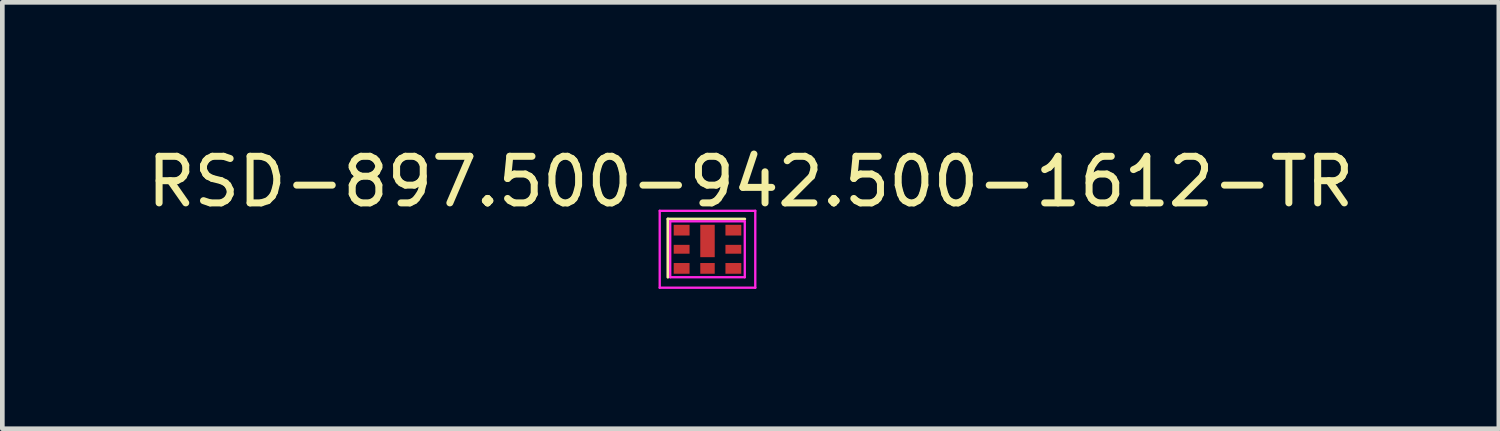
<source format=kicad_pcb>
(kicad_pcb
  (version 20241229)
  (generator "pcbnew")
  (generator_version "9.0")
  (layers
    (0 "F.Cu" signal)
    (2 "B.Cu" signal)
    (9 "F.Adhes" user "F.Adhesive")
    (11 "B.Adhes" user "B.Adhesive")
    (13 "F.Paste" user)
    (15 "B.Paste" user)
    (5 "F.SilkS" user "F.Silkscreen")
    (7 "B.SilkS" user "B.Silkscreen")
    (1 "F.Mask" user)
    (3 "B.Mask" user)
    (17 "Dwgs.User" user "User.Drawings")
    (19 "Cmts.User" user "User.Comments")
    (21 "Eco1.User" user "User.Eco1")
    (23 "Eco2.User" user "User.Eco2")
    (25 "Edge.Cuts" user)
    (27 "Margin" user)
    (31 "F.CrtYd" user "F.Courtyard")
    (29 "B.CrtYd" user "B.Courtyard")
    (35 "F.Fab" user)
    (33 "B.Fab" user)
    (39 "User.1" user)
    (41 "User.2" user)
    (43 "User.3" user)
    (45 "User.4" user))
  (footprint "RSD-897.500-942.500-1612-TR"
    (layer "F.Cu")
    (at 11.329 1.698)
    (property "Reference" "RSD-897.500-942.500-1612-TR" (at 1.725 -0.85 0) (layer "F.SilkS") (effects (font (size 1 1) (thickness 0.15))))
    (attr through_hole)
    (fp_line (start -0.05 -0.05) (end 1.6 -0.05) (stroke (width 0.06) (type solid)) (layer "F.SilkS"))
    (fp_line (start -0.05 1.2) (end -0.05 -0.05) (stroke (width 0.06) (type solid)) (layer "F.SilkS"))
    (fp_line (start -0.225 -0.225) (end 1.825 -0.225) (stroke (width 0.05) (type solid)) (layer "F.CrtYd"))
    (fp_line (start -0.225 1.425) (end -0.225 -0.225) (stroke (width 0.05) (type solid)) (layer "F.CrtYd"))
    (fp_line (start 0 0) (end 0 1.2) (stroke (width 0.05) (type solid)) (layer "F.CrtYd"))
    (fp_line (start 0 0) (end 1.6 0) (stroke (width 0.05) (type solid)) (layer "F.CrtYd"))
    (fp_line (start 0 1.2) (end 1.6 1.2) (stroke (width 0.05) (type solid)) (layer "F.CrtYd"))
    (fp_line (start 1.6 0) (end 1.6 1.2) (stroke (width 0.05) (type solid)) (layer "F.CrtYd"))
    (fp_line (start 1.825 -0.225) (end 1.825 1.425) (stroke (width 0.05) (type solid)) (layer "F.CrtYd"))
    (fp_line (start 1.825 1.425) (end -0.225 1.425) (stroke (width 0.05) (type solid)) (layer "F.CrtYd"))
    (pad "1" smd rect (at 0.075 0.075 90) (size 0.23 0.34) (drill (offset -0.115 0.17)) (layers "F.Cu" "F.Mask" "F.Paste"))
    (pad "2" smd rect (at 0.645 0.075 90) (size 0.695 0.31) (drill (offset -0.347 0.155)) (layers "F.Cu" "F.Mask" "F.Paste"))
    (pad "3" smd rect (at 1.185 0.075 90) (size 0.23 0.34) (drill (offset -0.115 0.17)) (layers "F.Cu" "F.Mask" "F.Paste"))
    (pad "4" smd rect (at 1.185 0.505 90) (size 0.19 0.34) (drill (offset -0.095 0.17)) (layers "F.Cu" "F.Mask" "F.Paste"))
    (pad "5" smd rect (at 1.185 0.895 90) (size 0.23 0.34) (drill (offset -0.115 0.17)) (layers "F.Cu" "F.Mask" "F.Paste"))
    (pad "6" smd rect (at 0.645 0.895 90) (size 0.23 0.31) (drill (offset -0.115 0.155)) (layers "F.Cu" "F.Mask" "F.Paste"))
    (pad "7" smd rect (at 0.075 0.895 90) (size 0.23 0.34) (drill (offset -0.115 0.17)) (layers "F.Cu" "F.Mask" "F.Paste"))
    (pad "8" smd rect (at 0.075 0.505 90) (size 0.19 0.34) (drill (offset -0.095 0.17)) (layers "F.Cu" "F.Mask" "F.Paste")))
  (gr_rect
    (start -3 -3)
    (end 29.107 6.148)
    (stroke (width 0.1) (type default))
    (fill no)
    (layer "Edge.Cuts")))
</source>
